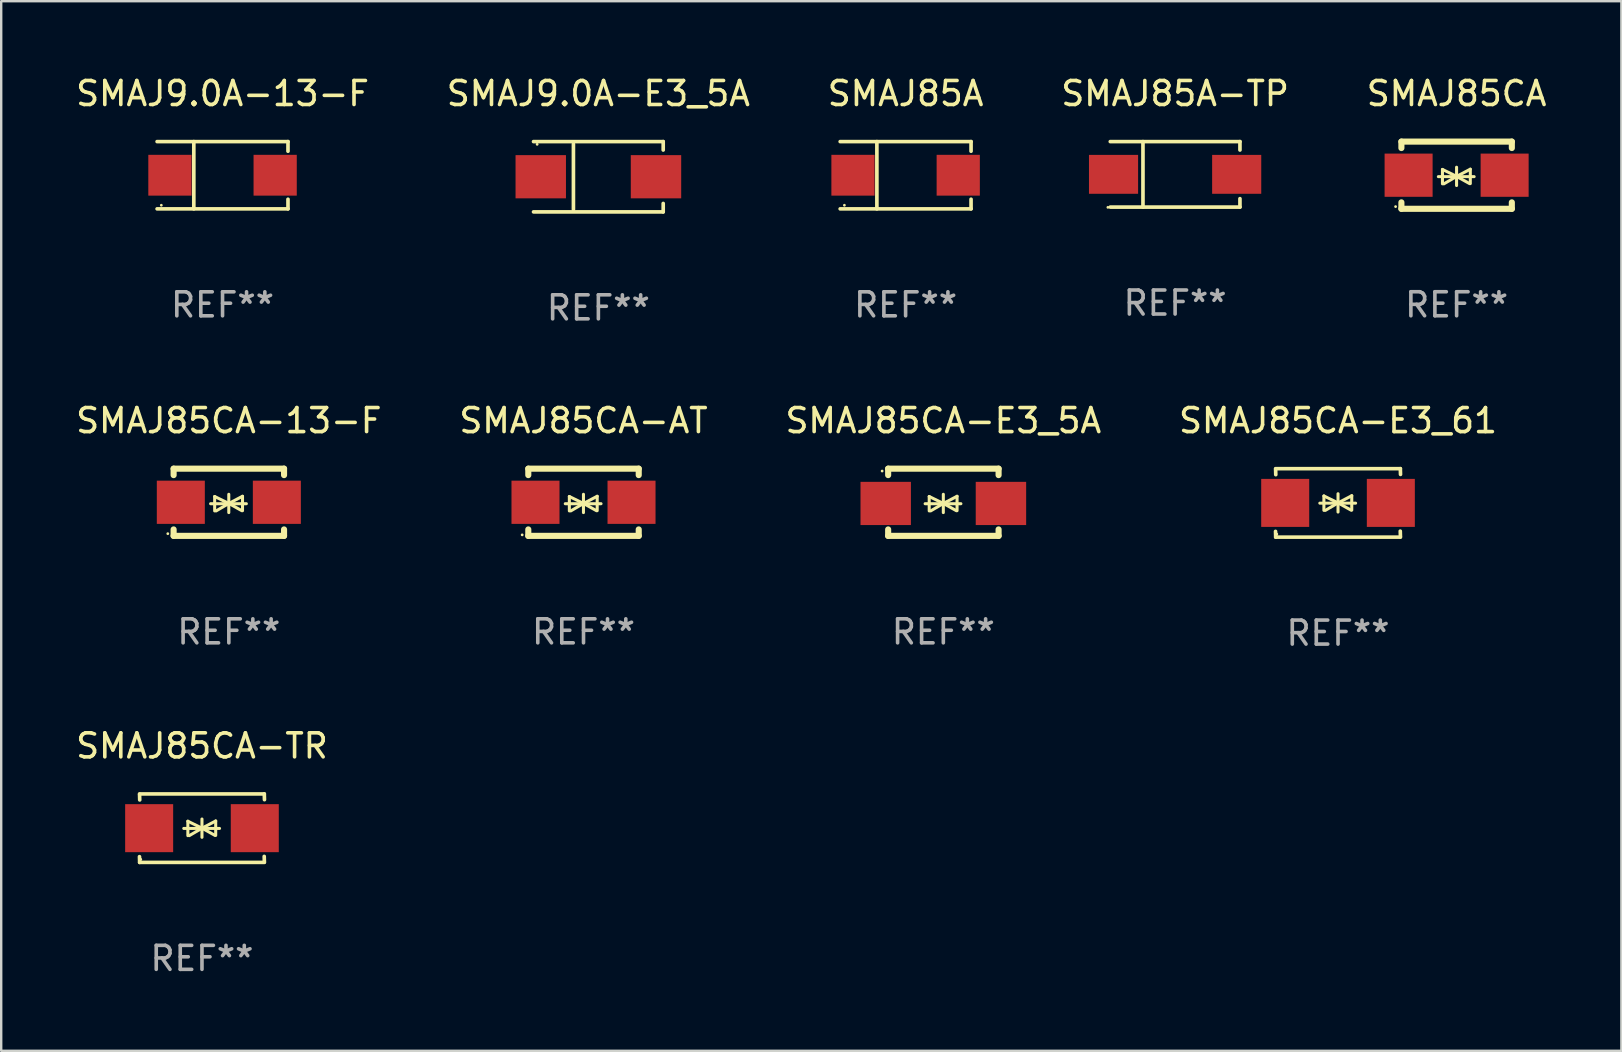
<source format=kicad_pcb>
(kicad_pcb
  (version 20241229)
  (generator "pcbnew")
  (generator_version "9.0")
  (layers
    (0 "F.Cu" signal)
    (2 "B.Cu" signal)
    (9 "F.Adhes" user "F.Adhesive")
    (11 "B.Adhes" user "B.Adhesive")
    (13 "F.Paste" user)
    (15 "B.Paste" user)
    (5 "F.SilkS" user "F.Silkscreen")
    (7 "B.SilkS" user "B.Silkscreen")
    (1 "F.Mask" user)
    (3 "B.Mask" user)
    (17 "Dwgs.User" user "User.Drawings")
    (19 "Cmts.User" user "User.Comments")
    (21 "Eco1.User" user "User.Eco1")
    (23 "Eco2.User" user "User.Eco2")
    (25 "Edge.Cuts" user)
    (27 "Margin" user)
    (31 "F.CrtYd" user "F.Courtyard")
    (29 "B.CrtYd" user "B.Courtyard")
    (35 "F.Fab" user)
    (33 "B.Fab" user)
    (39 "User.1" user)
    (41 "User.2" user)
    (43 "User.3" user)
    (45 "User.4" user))
  (footprint "SMAJ9.0A-13-F"
    (layer "F.Cu")
    (at 6.22 4.249)
    (property "Reference" "SMAJ9.0A-13-F" (at 0 -3.401 0) (layer "F.SilkS") (effects (font (size 1 1) (thickness 0.15))))
    (attr through_hole)
    (fp_line (start -2.726 -1.401) (end 2.726 -1.401) (stroke (width 0.152) (type solid)) (layer "F.SilkS"))
    (fp_line (start -2.726 1.401) (end 2.726 1.401) (stroke (width 0.152) (type solid)) (layer "F.SilkS"))
    (fp_line (start -1.197 -1.401) (end -1.197 1.401) (stroke (width 0.152) (type solid)) (layer "F.SilkS"))
    (fp_line (start 2.726 -1.401) (end 2.726 -1) (stroke (width 0.152) (type solid)) (layer "F.SilkS"))
    (fp_line (start 2.726 1.401) (end 2.726 1) (stroke (width 0.152) (type solid)) (layer "F.SilkS"))
    (fp_circle (center -2.55 1.25) (end -2.52 1.25) (stroke (width 0.06) (type solid)) (fill no) (layer "F.SilkS"))
    (fp_text user "REF**" (at 0 5.401 0) (layer "F.Fab") (effects (font (size 1 1) (thickness 0.15))))
    (pad "1" smd rect (at -2.192 0) (size 1.8 1.7) (layers "F.Cu" "F.Mask" "F.Paste"))
    (pad "2" smd rect (at 2.192 0) (size 1.8 1.7) (layers "F.Cu" "F.Mask" "F.Paste")))
  (footprint "SMAJ85A"
    (layer "F.Cu")
    (at 34.673 4.249)
    (property "Reference" "SMAJ85A" (at 0 -3.401 0) (layer "F.SilkS") (effects (font (size 1 1) (thickness 0.15))))
    (attr through_hole)
    (fp_line (start -2.726 -1.401) (end 2.726 -1.401) (stroke (width 0.152) (type solid)) (layer "F.SilkS"))
    (fp_line (start -2.726 1.401) (end 2.726 1.401) (stroke (width 0.152) (type solid)) (layer "F.SilkS"))
    (fp_line (start -1.197 -1.401) (end -1.197 1.401) (stroke (width 0.152) (type solid)) (layer "F.SilkS"))
    (fp_line (start 2.726 -1.401) (end 2.726 -1) (stroke (width 0.152) (type solid)) (layer "F.SilkS"))
    (fp_line (start 2.726 1.401) (end 2.726 1) (stroke (width 0.152) (type solid)) (layer "F.SilkS"))
    (fp_circle (center -2.55 1.25) (end -2.52 1.25) (stroke (width 0.06) (type solid)) (fill no) (layer "F.SilkS"))
    (fp_text user "REF**" (at 0 5.401 0) (layer "F.Fab") (effects (font (size 1 1) (thickness 0.15))))
    (pad "1" smd rect (at -2.192 0) (size 1.8 1.7) (layers "F.Cu" "F.Mask" "F.Paste"))
    (pad "2" smd rect (at 2.192 0) (size 1.8 1.7) (layers "F.Cu" "F.Mask" "F.Paste")))
  (footprint "SMAJ85A-TP"
    (layer "F.Cu")
    (at 45.899 4.212)
    (property "Reference" "SMAJ85A-TP" (at 0 -3.364 0) (layer "F.SilkS") (effects (font (size 1 1) (thickness 0.15))))
    (attr through_hole)
    (fp_line (start -2.701 -1.364) (end 2.701 -1.364) (stroke (width 0.152) (type solid)) (layer "F.SilkS"))
    (fp_line (start -2.701 1.364) (end 2.701 1.364) (stroke (width 0.152) (type solid)) (layer "F.SilkS"))
    (fp_line (start -1.339 -1.364) (end -1.339 1.364) (stroke (width 0.152) (type solid)) (layer "F.SilkS"))
    (fp_line (start 2.701 -1.364) (end 2.701 -1.013) (stroke (width 0.152) (type solid)) (layer "F.SilkS"))
    (fp_line (start 2.701 1.364) (end 2.701 1.013) (stroke (width 0.152) (type solid)) (layer "F.SilkS"))
    (fp_circle (center -2.8 1.375) (end -2.77 1.375) (stroke (width 0.06) (type solid)) (fill no) (layer "F.SilkS"))
    (fp_text user "REF**" (at 0 5.364 0) (layer "F.Fab") (effects (font (size 1 1) (thickness 0.15))))
    (pad "1" smd rect (at -2.565 -0.000025) (size 2.046 1.62) (layers "F.Cu" "F.Mask" "F.Paste"))
    (pad "2" smd rect (at 2.565 -0.000025) (size 2.046 1.62) (layers "F.Cu" "F.Mask" "F.Paste")))
  (footprint "SMAJ85CA-E3_61"
    (layer "F.Cu")
    (at 52.685 17.898)
    (property "Reference" "SMAJ85CA-E3_61" (at 0 -3.426 0) (layer "F.SilkS") (effects (font (size 1 1) (thickness 0.15))))
    (attr through_hole)
    (fp_line (start -2.596 -1.426) (end 2.596 -1.426) (stroke (width 0.152) (type solid)) (layer "F.SilkS"))
    (fp_line (start -2.596 1.426) (end -2.603 1.187) (stroke (width 0.152) (type solid)) (layer "F.SilkS"))
    (fp_line (start -2.596 1.426) (end 2.596 1.426) (stroke (width 0.152) (type solid)) (layer "F.SilkS"))
    (fp_line (start -2.593 -1.176) (end -2.6 -1.415) (stroke (width 0.152) (type solid)) (layer "F.SilkS"))
    (fp_line (start -0.758 0.011) (end 0.732 0.011) (stroke (width 0.127) (type solid)) (layer "F.SilkS"))
    (fp_line (start -0.588 -0.289) (end -0.588 0.311) (stroke (width 0.127) (type solid)) (layer "F.SilkS"))
    (fp_line (start -0.588 -0.289) (end 0 0) (stroke (width 0.127) (type solid)) (layer "F.SilkS"))
    (fp_line (start -0.528 0.311) (end 0 0) (stroke (width 0.127) (type solid)) (layer "F.SilkS"))
    (fp_line (start 0 0) (end 0 -0.381) (stroke (width 0.127) (type solid)) (layer "F.SilkS"))
    (fp_line (start 0 0) (end 0 0.381) (stroke (width 0.127) (type solid)) (layer "F.SilkS"))
    (fp_line (start 0.542 0.301) (end 0 0) (stroke (width 0.127) (type solid)) (layer "F.SilkS"))
    (fp_line (start 0.572 -0.299) (end 0 0) (stroke (width 0.127) (type solid)) (layer "F.SilkS"))
    (fp_line (start 0.572 -0.299) (end 0.572 0.301) (stroke (width 0.127) (type solid)) (layer "F.SilkS"))
    (fp_line (start 2.593 1.176) (end 2.6 1.415) (stroke (width 0.152) (type solid)) (layer "F.SilkS"))
    (fp_line (start 2.596 -1.426) (end 2.603 -1.187) (stroke (width 0.152) (type solid)) (layer "F.SilkS"))
    (fp_circle (center -2.55 1.3) (end -2.52 1.3) (stroke (width 0.06) (type solid)) (fill no) (layer "F.SilkS"))
    (fp_text user "REF**" (at 0 5.426 0) (layer "F.Fab") (effects (font (size 1 1) (thickness 0.15))))
    (pad "1" smd rect (at -2.2 0 180) (size 2 2) (layers "F.Cu" "F.Mask" "F.Paste"))
    (pad "2" smd rect (at 2.2 0 180) (size 2 2) (layers "F.Cu" "F.Mask" "F.Paste")))
  (footprint "SMAJ85CA-AT"
    (layer "F.Cu")
    (at 21.256 17.872)
    (property "Reference" "SMAJ85CA-AT" (at 0 -3.4 0) (layer "F.SilkS") (effects (font (size 1 1) (thickness 0.15))))
    (attr through_hole)
    (fp_line (start -2.3 -1.4) (end -2.3 -1.131) (stroke (width 0.254) (type solid)) (layer "F.SilkS"))
    (fp_line (start -2.3 -1.4) (end 2.3 -1.4) (stroke (width 0.254) (type solid)) (layer "F.SilkS"))
    (fp_line (start -2.3 1.131) (end -2.3 1.4) (stroke (width 0.254) (type solid)) (layer "F.SilkS"))
    (fp_line (start -2.3 1.4) (end 2.3 1.4) (stroke (width 0.254) (type solid)) (layer "F.SilkS"))
    (fp_line (start -0.76 0.06) (end 0.73 0.06) (stroke (width 0.127) (type solid)) (layer "F.SilkS"))
    (fp_line (start -0.59 -0.24) (end -0.59 0.36) (stroke (width 0.127) (type solid)) (layer "F.SilkS"))
    (fp_line (start -0.59 -0.24) (end -0.002 0.049) (stroke (width 0.127) (type solid)) (layer "F.SilkS"))
    (fp_line (start -0.53 0.36) (end -0.002 0.049) (stroke (width 0.127) (type solid)) (layer "F.SilkS"))
    (fp_line (start -0.002 0.049) (end -0.002 -0.332) (stroke (width 0.127) (type solid)) (layer "F.SilkS"))
    (fp_line (start -0.002 0.049) (end -0.002 0.43) (stroke (width 0.127) (type solid)) (layer "F.SilkS"))
    (fp_line (start 0.54 0.35) (end -0.002 0.049) (stroke (width 0.127) (type solid)) (layer "F.SilkS"))
    (fp_line (start 0.57 -0.25) (end -0.002 0.049) (stroke (width 0.127) (type solid)) (layer "F.SilkS"))
    (fp_line (start 0.57 -0.25) (end 0.57 0.35) (stroke (width 0.127) (type solid)) (layer "F.SilkS"))
    (fp_line (start 2.3 -1.4) (end 2.3 -1.131) (stroke (width 0.254) (type solid)) (layer "F.SilkS"))
    (fp_line (start 2.3 1.131) (end 2.3 1.4) (stroke (width 0.254) (type solid)) (layer "F.SilkS"))
    (fp_circle (center -2.555 1.358) (end -2.525 1.358) (stroke (width 0.06) (type solid)) (fill no) (layer "F.SilkS"))
    (fp_text user "REF**" (at 0 5.4 0) (layer "F.Fab") (effects (font (size 1 1) (thickness 0.15))))
    (pad "1" smd rect (at -2 -0.000025) (size 2 1.8) (layers "F.Cu" "F.Mask" "F.Paste"))
    (pad "2" smd rect (at 2 -0.000025) (size 2 1.8) (layers "F.Cu" "F.Mask" "F.Paste")))
  (footprint "SMAJ85CA-13-F"
    (layer "F.Cu")
    (at 6.482 17.872)
    (property "Reference" "SMAJ85CA-13-F" (at 0 -3.4 0) (layer "F.SilkS") (effects (font (size 1 1) (thickness 0.15))))
    (attr through_hole)
    (fp_line (start -2.3 -1.4) (end -2.3 -1.131) (stroke (width 0.254) (type solid)) (layer "F.SilkS"))
    (fp_line (start -2.3 -1.4) (end 2.3 -1.4) (stroke (width 0.254) (type solid)) (layer "F.SilkS"))
    (fp_line (start -2.3 1.131) (end -2.3 1.4) (stroke (width 0.254) (type solid)) (layer "F.SilkS"))
    (fp_line (start -2.3 1.4) (end 2.3 1.4) (stroke (width 0.254) (type solid)) (layer "F.SilkS"))
    (fp_line (start -0.76 0.06) (end 0.73 0.06) (stroke (width 0.127) (type solid)) (layer "F.SilkS"))
    (fp_line (start -0.59 -0.24) (end -0.59 0.36) (stroke (width 0.127) (type solid)) (layer "F.SilkS"))
    (fp_line (start -0.59 -0.24) (end -0.002 0.049) (stroke (width 0.127) (type solid)) (layer "F.SilkS"))
    (fp_line (start -0.53 0.36) (end -0.002 0.049) (stroke (width 0.127) (type solid)) (layer "F.SilkS"))
    (fp_line (start -0.002 0.049) (end -0.002 -0.332) (stroke (width 0.127) (type solid)) (layer "F.SilkS"))
    (fp_line (start -0.002 0.049) (end -0.002 0.43) (stroke (width 0.127) (type solid)) (layer "F.SilkS"))
    (fp_line (start 0.54 0.35) (end -0.002 0.049) (stroke (width 0.127) (type solid)) (layer "F.SilkS"))
    (fp_line (start 0.57 -0.25) (end -0.002 0.049) (stroke (width 0.127) (type solid)) (layer "F.SilkS"))
    (fp_line (start 0.57 -0.25) (end 0.57 0.35) (stroke (width 0.127) (type solid)) (layer "F.SilkS"))
    (fp_line (start 2.3 -1.4) (end 2.3 -1.131) (stroke (width 0.254) (type solid)) (layer "F.SilkS"))
    (fp_line (start 2.3 1.131) (end 2.3 1.4) (stroke (width 0.254) (type solid)) (layer "F.SilkS"))
    (fp_circle (center -2.542 1.308) (end -2.512 1.308) (stroke (width 0.06) (type solid)) (fill no) (layer "F.SilkS"))
    (fp_text user "REF**" (at 0 5.4 0) (layer "F.Fab") (effects (font (size 1 1) (thickness 0.15))))
    (pad "1" smd rect (at -2 0) (size 2 1.8) (layers "F.Cu" "F.Mask" "F.Paste"))
    (pad "2" smd rect (at 2 0) (size 2 1.8) (layers "F.Cu" "F.Mask" "F.Paste")))
  (footprint "SMAJ85CA"
    (layer "F.Cu")
    (at 57.625 4.248)
    (property "Reference" "SMAJ85CA" (at 0 -3.4 0) (layer "F.SilkS") (effects (font (size 1 1) (thickness 0.15))))
    (attr through_hole)
    (fp_line (start -2.3 -1.4) (end -2.3 -1.131) (stroke (width 0.254) (type solid)) (layer "F.SilkS"))
    (fp_line (start -2.3 -1.4) (end 2.3 -1.4) (stroke (width 0.254) (type solid)) (layer "F.SilkS"))
    (fp_line (start -2.3 1.131) (end -2.3 1.4) (stroke (width 0.254) (type solid)) (layer "F.SilkS"))
    (fp_line (start -2.3 1.4) (end 2.3 1.4) (stroke (width 0.254) (type solid)) (layer "F.SilkS"))
    (fp_line (start -0.76 0.06) (end 0.73 0.06) (stroke (width 0.127) (type solid)) (layer "F.SilkS"))
    (fp_line (start -0.59 -0.24) (end -0.59 0.36) (stroke (width 0.127) (type solid)) (layer "F.SilkS"))
    (fp_line (start -0.59 -0.24) (end -0.002 0.049) (stroke (width 0.127) (type solid)) (layer "F.SilkS"))
    (fp_line (start -0.53 0.36) (end -0.002 0.049) (stroke (width 0.127) (type solid)) (layer "F.SilkS"))
    (fp_line (start -0.002 0.049) (end -0.002 -0.332) (stroke (width 0.127) (type solid)) (layer "F.SilkS"))
    (fp_line (start -0.002 0.049) (end -0.002 0.43) (stroke (width 0.127) (type solid)) (layer "F.SilkS"))
    (fp_line (start 0.54 0.35) (end -0.002 0.049) (stroke (width 0.127) (type solid)) (layer "F.SilkS"))
    (fp_line (start 0.57 -0.25) (end -0.002 0.049) (stroke (width 0.127) (type solid)) (layer "F.SilkS"))
    (fp_line (start 0.57 -0.25) (end 0.57 0.35) (stroke (width 0.127) (type solid)) (layer "F.SilkS"))
    (fp_line (start 2.3 -1.4) (end 2.3 -1.131) (stroke (width 0.254) (type solid)) (layer "F.SilkS"))
    (fp_line (start 2.3 1.131) (end 2.3 1.4) (stroke (width 0.254) (type solid)) (layer "F.SilkS"))
    (fp_circle (center -2.542 1.308) (end -2.512 1.308) (stroke (width 0.06) (type solid)) (fill no) (layer "F.SilkS"))
    (fp_text user "REF**" (at 0 5.4 0) (layer "F.Fab") (effects (font (size 1 1) (thickness 0.15))))
    (pad "1" smd rect (at -2 0) (size 2 1.8) (layers "F.Cu" "F.Mask" "F.Paste"))
    (pad "2" smd rect (at 2 0) (size 2 1.8) (layers "F.Cu" "F.Mask" "F.Paste")))
  (footprint "SMAJ85CA-E3_5A"
    (layer "F.Cu")
    (at 36.244 17.872)
    (property "Reference" "SMAJ85CA-E3_5A" (at 0 -3.4 0) (layer "F.SilkS") (effects (font (size 1 1) (thickness 0.15))))
    (attr through_hole)
    (fp_line (start -2.298 -1.4) (end -2.298 -1.131) (stroke (width 0.254) (type solid)) (layer "F.SilkS"))
    (fp_line (start -2.298 -1.4) (end 2.302 -1.4) (stroke (width 0.254) (type solid)) (layer "F.SilkS"))
    (fp_line (start -2.298 1.131) (end -2.298 1.4) (stroke (width 0.254) (type solid)) (layer "F.SilkS"))
    (fp_line (start -2.298 1.4) (end 2.302 1.4) (stroke (width 0.254) (type solid)) (layer "F.SilkS"))
    (fp_line (start -0.758 0.06) (end 0.732 0.06) (stroke (width 0.127) (type solid)) (layer "F.SilkS"))
    (fp_line (start -0.588 -0.24) (end -0.588 0.36) (stroke (width 0.127) (type solid)) (layer "F.SilkS"))
    (fp_line (start -0.588 -0.24) (end 0.000025 0.049) (stroke (width 0.127) (type solid)) (layer "F.SilkS"))
    (fp_line (start -0.528 0.36) (end 0.000025 0.049) (stroke (width 0.127) (type solid)) (layer "F.SilkS"))
    (fp_line (start 0.000025 0.049) (end 0.000025 -0.332) (stroke (width 0.127) (type solid)) (layer "F.SilkS"))
    (fp_line (start 0.000025 0.049) (end 0.000025 0.43) (stroke (width 0.127) (type solid)) (layer "F.SilkS"))
    (fp_line (start 0.542 0.35) (end 0.000025 0.049) (stroke (width 0.127) (type solid)) (layer "F.SilkS"))
    (fp_line (start 0.572 -0.25) (end 0.000025 0.049) (stroke (width 0.127) (type solid)) (layer "F.SilkS"))
    (fp_line (start 0.572 -0.25) (end 0.572 0.35) (stroke (width 0.127) (type solid)) (layer "F.SilkS"))
    (fp_line (start 2.302 -1.4) (end 2.302 -1.131) (stroke (width 0.254) (type solid)) (layer "F.SilkS"))
    (fp_line (start 2.302 1.131) (end 2.302 1.4) (stroke (width 0.254) (type solid)) (layer "F.SilkS"))
    (fp_circle (center -2.549 -1.301) (end -2.519 -1.301) (stroke (width 0.06) (type solid)) (fill no) (layer "F.SilkS"))
    (fp_text user "REF**" (at 0 5.4 0) (layer "F.Fab") (effects (font (size 1 1) (thickness 0.15))))
    (pad "1" smd rect (at -2.4 0.049) (size 2.1 1.8) (layers "F.Cu" "F.Mask" "F.Paste"))
    (pad "2" smd rect (at 2.4 0.049) (size 2.1 1.8) (layers "F.Cu" "F.Mask" "F.Paste")))
  (footprint "SMAJ9.0A-E3_5A"
    (layer "F.Cu")
    (at 21.875 4.312)
    (property "Reference" "SMAJ9.0A-E3_5A" (at 0 -3.464 0) (layer "F.SilkS") (effects (font (size 1 1) (thickness 0.15))))
    (attr through_hole)
    (fp_line (start -2.701 -1.464) (end 2.701 -1.464) (stroke (width 0.152) (type solid)) (layer "F.SilkS"))
    (fp_line (start -2.701 1.464) (end 2.701 1.464) (stroke (width 0.152) (type solid)) (layer "F.SilkS"))
    (fp_line (start -1.039 -1.364) (end -1.039 1.364) (stroke (width 0.152) (type solid)) (layer "F.SilkS"))
    (fp_line (start 2.701 -1.464) (end 2.701 -1.113) (stroke (width 0.152) (type solid)) (layer "F.SilkS"))
    (fp_line (start 2.701 1.464) (end 2.701 1.113) (stroke (width 0.152) (type solid)) (layer "F.SilkS"))
    (fp_circle (center -2.55 -1.35) (end -2.52 -1.35) (stroke (width 0.06) (type solid)) (fill no) (layer "F.SilkS"))
    (fp_text user "REF**" (at 0 5.464 0) (layer "F.Fab") (effects (font (size 1 1) (thickness 0.15))))
    (pad "1" smd rect (at -2.4 0) (size 2.1 1.8) (layers "F.Cu" "F.Mask" "F.Paste"))
    (pad "2" smd rect (at 2.4 0) (size 2.1 1.8) (layers "F.Cu" "F.Mask" "F.Paste")))
  (footprint "SMAJ85CA-TR"
    (layer "F.Cu")
    (at 5.363 31.447)
    (property "Reference" "SMAJ85CA-TR" (at 0 -3.426 0) (layer "F.SilkS") (effects (font (size 1 1) (thickness 0.15))))
    (attr through_hole)
    (fp_line (start -2.596 -1.426) (end 2.596 -1.426) (stroke (width 0.152) (type solid)) (layer "F.SilkS"))
    (fp_line (start -2.596 1.426) (end -2.603 1.187) (stroke (width 0.152) (type solid)) (layer "F.SilkS"))
    (fp_line (start -2.596 1.426) (end 2.596 1.426) (stroke (width 0.152) (type solid)) (layer "F.SilkS"))
    (fp_line (start -2.593 -1.176) (end -2.6 -1.415) (stroke (width 0.152) (type solid)) (layer "F.SilkS"))
    (fp_line (start -0.758 0.011) (end 0.732 0.011) (stroke (width 0.127) (type solid)) (layer "F.SilkS"))
    (fp_line (start -0.588 -0.289) (end -0.588 0.311) (stroke (width 0.127) (type solid)) (layer "F.SilkS"))
    (fp_line (start -0.588 -0.289) (end 0 0) (stroke (width 0.127) (type solid)) (layer "F.SilkS"))
    (fp_line (start -0.528 0.311) (end 0 0) (stroke (width 0.127) (type solid)) (layer "F.SilkS"))
    (fp_line (start 0 0) (end 0 -0.381) (stroke (width 0.127) (type solid)) (layer "F.SilkS"))
    (fp_line (start 0 0) (end 0 0.381) (stroke (width 0.127) (type solid)) (layer "F.SilkS"))
    (fp_line (start 0.542 0.301) (end 0 0) (stroke (width 0.127) (type solid)) (layer "F.SilkS"))
    (fp_line (start 0.572 -0.299) (end 0 0) (stroke (width 0.127) (type solid)) (layer "F.SilkS"))
    (fp_line (start 0.572 -0.299) (end 0.572 0.301) (stroke (width 0.127) (type solid)) (layer "F.SilkS"))
    (fp_line (start 2.593 1.176) (end 2.6 1.415) (stroke (width 0.152) (type solid)) (layer "F.SilkS"))
    (fp_line (start 2.596 -1.426) (end 2.603 -1.187) (stroke (width 0.152) (type solid)) (layer "F.SilkS"))
    (fp_circle (center -2.55 1.3) (end -2.52 1.3) (stroke (width 0.06) (type solid)) (fill no) (layer "F.SilkS"))
    (fp_text user "REF**" (at 0 5.426 0) (layer "F.Fab") (effects (font (size 1 1) (thickness 0.15))))
    (pad "1" smd rect (at -2.2 0 180) (size 2 2) (layers "F.Cu" "F.Mask" "F.Paste"))
    (pad "2" smd rect (at 2.2 0 180) (size 2 2) (layers "F.Cu" "F.Mask" "F.Paste")))
  (gr_rect
    (start -3 -3)
    (end 64.488 40.722)
    (stroke (width 0.1) (type default))
    (fill no)
    (layer "Edge.Cuts")))
</source>
